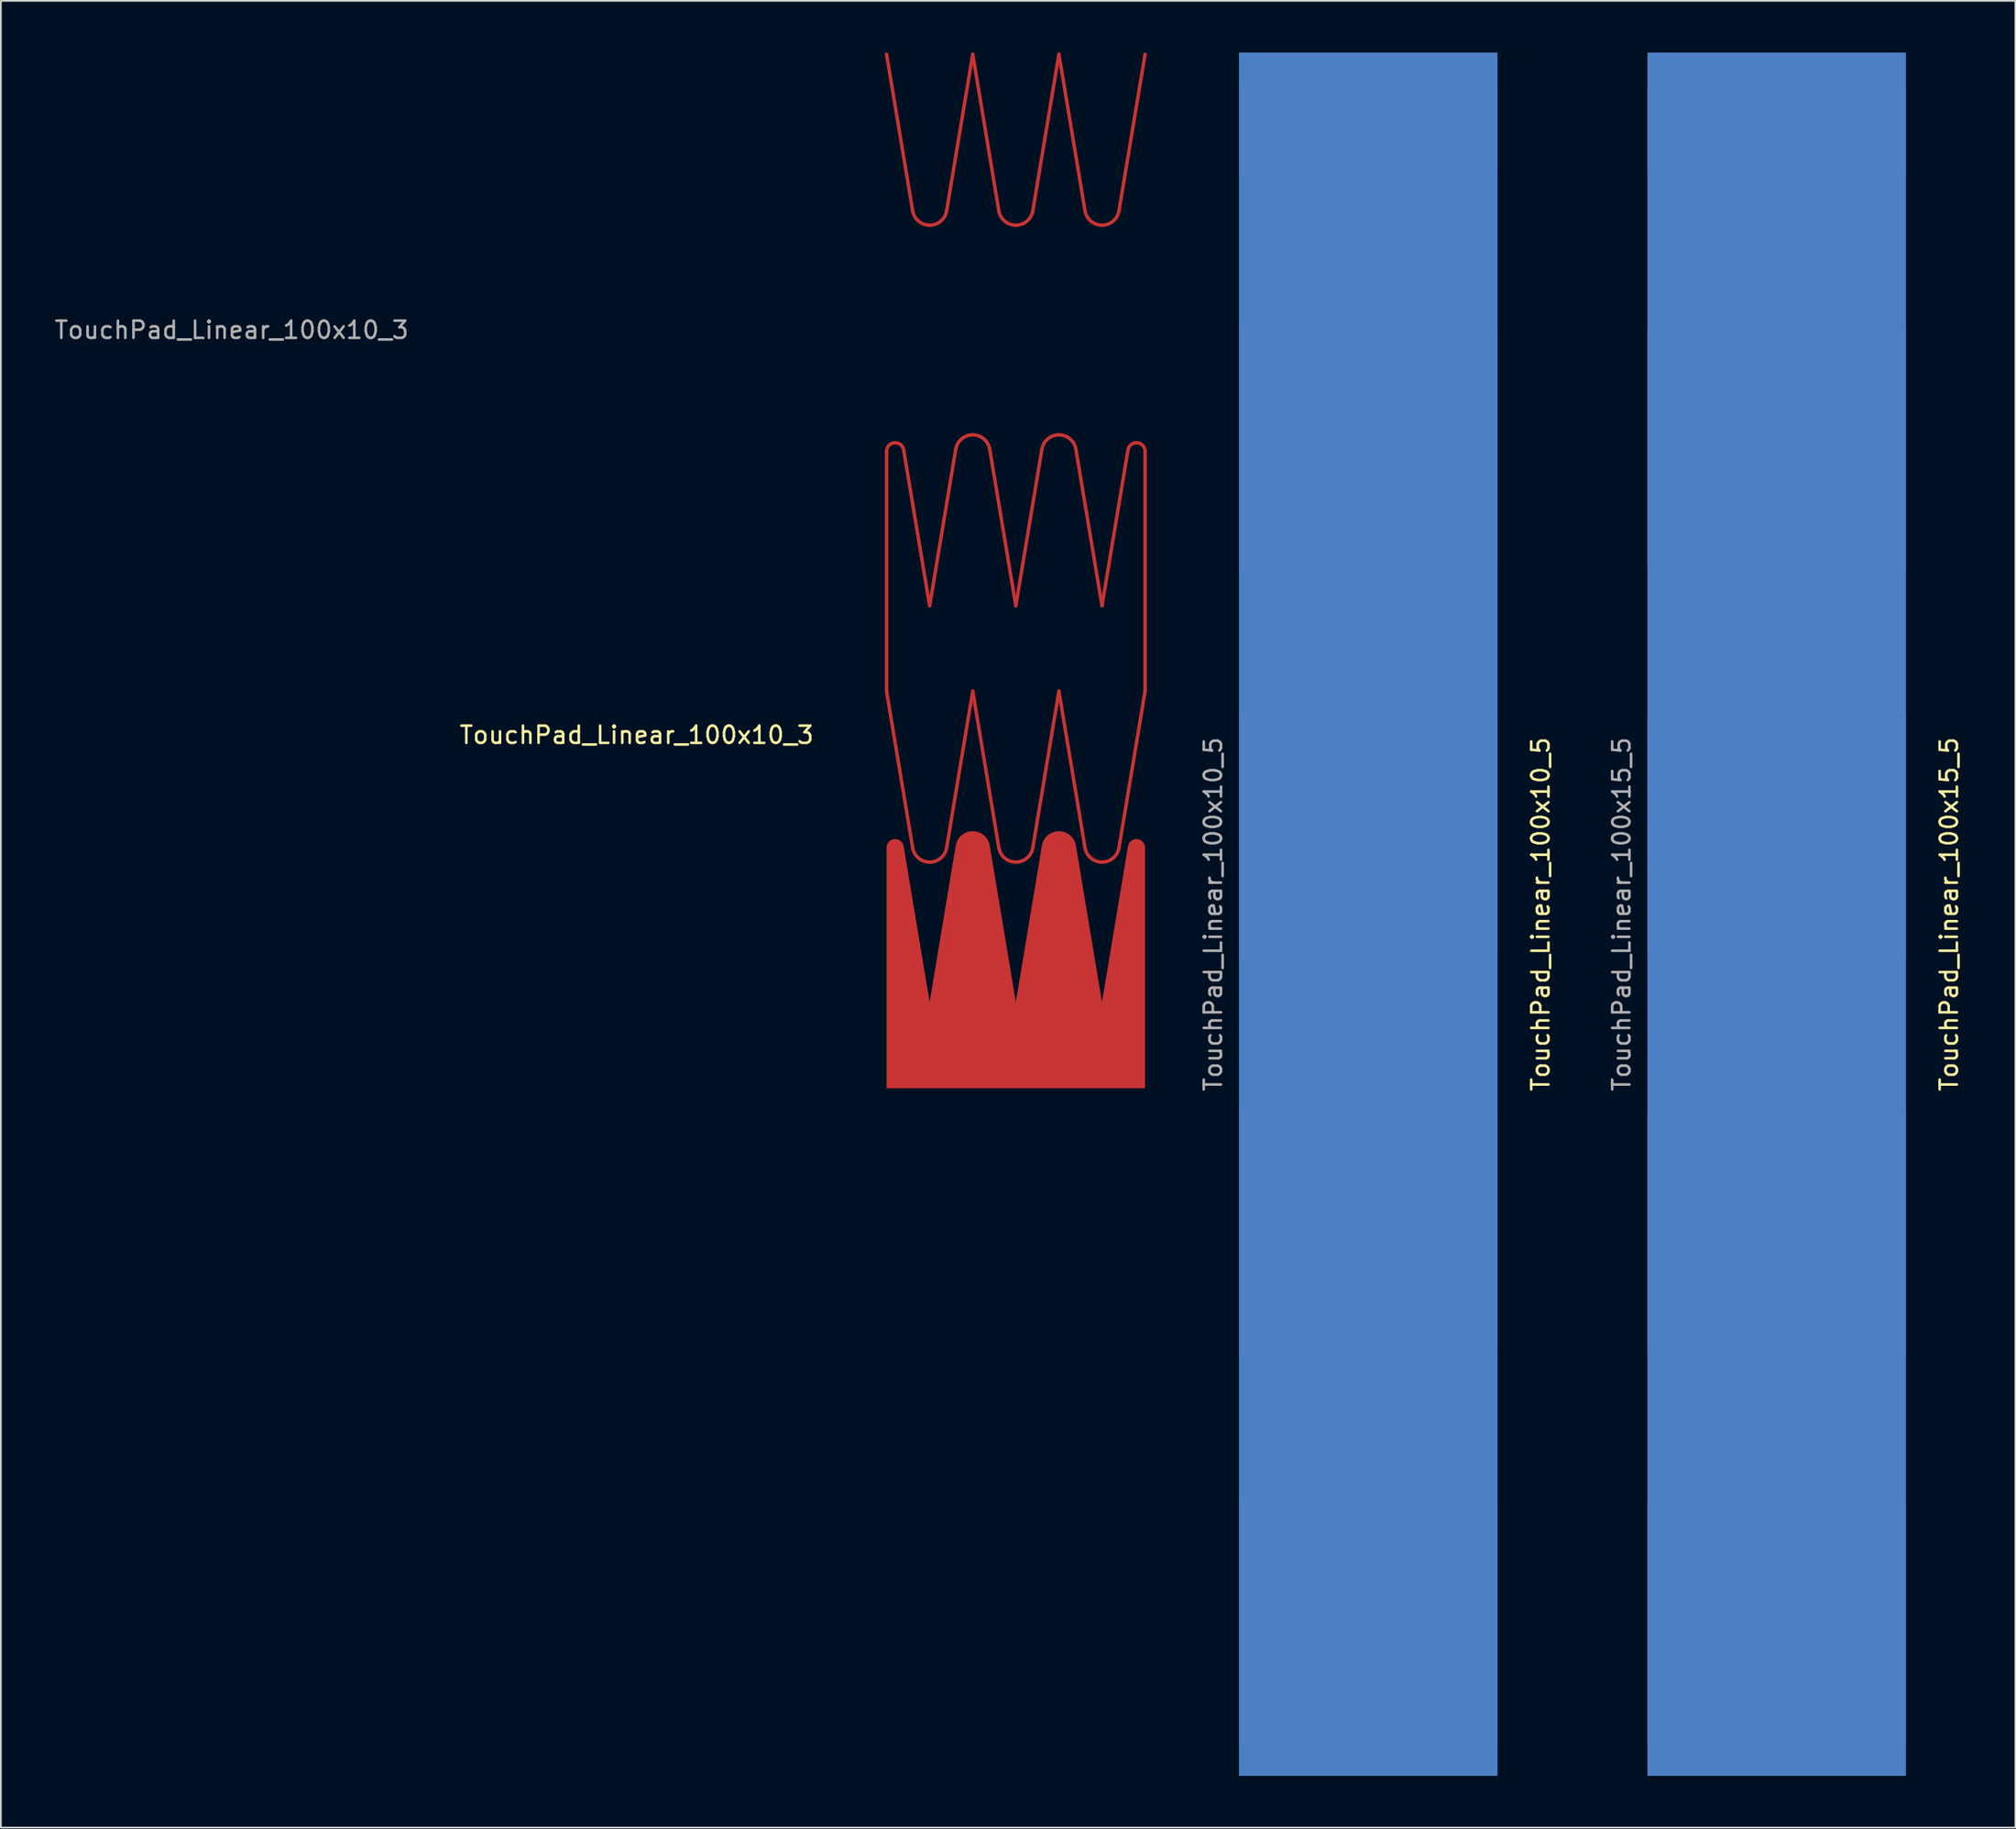
<source format=kicad_pcb>
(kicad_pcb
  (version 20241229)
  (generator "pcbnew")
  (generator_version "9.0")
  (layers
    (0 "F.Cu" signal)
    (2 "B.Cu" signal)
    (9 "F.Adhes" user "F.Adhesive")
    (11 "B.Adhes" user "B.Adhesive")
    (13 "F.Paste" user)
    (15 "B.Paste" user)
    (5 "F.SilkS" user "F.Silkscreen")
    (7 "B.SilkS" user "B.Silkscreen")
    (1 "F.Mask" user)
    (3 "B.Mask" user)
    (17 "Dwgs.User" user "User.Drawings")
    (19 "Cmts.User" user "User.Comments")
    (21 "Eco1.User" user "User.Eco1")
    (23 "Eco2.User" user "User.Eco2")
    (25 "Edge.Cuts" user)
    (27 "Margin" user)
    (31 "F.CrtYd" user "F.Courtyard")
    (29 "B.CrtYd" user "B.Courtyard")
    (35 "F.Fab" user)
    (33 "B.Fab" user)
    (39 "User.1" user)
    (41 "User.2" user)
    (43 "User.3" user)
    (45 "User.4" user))
  (footprint "TouchPad_Linear_100x10_3"
    (layer "F.Cu")
    (at 48.387 15.1)
    (property "Reference" "TouchPad_Linear_100x10_3" (at -14.5 24.5 0) (unlocked yes) (layer "F.SilkS") (effects (font (size 1 1) (thickness 0.15))))
    (fp_line (start 0 -15) (end 1.514 -5.918) (stroke (width 0.2) (type default)) (layer "F.Cu"))
    (fp_line (start 0 8.041) (end 0 21.959) (stroke (width 0.2) (type default)) (layer "F.Cu"))
    (fp_line (start 0 21.959) (end 1.514 31.041) (stroke (width 0.2) (type default)) (layer "F.Cu"))
    (fp_line (start 0.993 7.959) (end 2.5 17) (stroke (width 0.2) (type default)) (layer "F.Cu"))
    (fp_line (start 2.5 17) (end 4.014 7.918) (stroke (width 0.2) (type default)) (layer "F.Cu"))
    (fp_line (start 3.486 -5.918) (end 5 -15) (stroke (width 0.2) (type default)) (layer "F.Cu"))
    (fp_line (start 3.486 31.041) (end 5 21.959) (stroke (width 0.2) (type default)) (layer "F.Cu"))
    (fp_line (start 5 -15) (end 6.514 -5.918) (stroke (width 0.2) (type default)) (layer "F.Cu"))
    (fp_line (start 5 21.959) (end 6.514 31.041) (stroke (width 0.2) (type default)) (layer "F.Cu"))
    (fp_line (start 5.986 7.918) (end 7.5 17) (stroke (width 0.2) (type default)) (layer "F.Cu"))
    (fp_line (start 7.5 17) (end 9.014 7.918) (stroke (width 0.2) (type default)) (layer "F.Cu"))
    (fp_line (start 8.486 -5.918) (end 10 -15) (stroke (width 0.2) (type default)) (layer "F.Cu"))
    (fp_line (start 8.486 31.041) (end 10 21.959) (stroke (width 0.2) (type default)) (layer "F.Cu"))
    (fp_line (start 10 -15) (end 11.514 -5.918) (stroke (width 0.2) (type default)) (layer "F.Cu"))
    (fp_line (start 10 21.959) (end 11.514 31.041) (stroke (width 0.2) (type default)) (layer "F.Cu"))
    (fp_line (start 10.986 7.918) (end 12.5 17) (stroke (width 0.2) (type default)) (layer "F.Cu"))
    (fp_line (start 12.5 17) (end 14.007 7.959) (stroke (width 0.2) (type default)) (layer "F.Cu"))
    (fp_line (start 13.486 -5.918) (end 15 -15) (stroke (width 0.2) (type default)) (layer "F.Cu"))
    (fp_line (start 13.486 31.041) (end 15 21.959) (stroke (width 0.2) (type default)) (layer "F.Cu"))
    (fp_line (start 15 8.041) (end 15 21.959) (stroke (width 0.2) (type default)) (layer "F.Cu"))
    (fp_arc (start 0 8.041381) (mid 0.45876 7.543085) (end 0.993197 7.959182) (stroke (width 0.2) (type default)) (layer "F.Cu"))
    (fp_arc (start 3.486394 -5.918364) (mid 2.5 -5.082763) (end 1.513606 -5.918364) (stroke (width 0.2) (type default)) (layer "F.Cu"))
    (fp_arc (start 3.486394 31.040818) (mid 2.5 31.876419) (end 1.513606 31.040818) (stroke (width 0.2) (type default)) (layer "F.Cu"))
    (fp_arc (start 4.013606 7.918364) (mid 5 7.082763) (end 5.986394 7.918364) (stroke (width 0.2) (type default)) (layer "F.Cu"))
    (fp_arc (start 8.486394 -5.918364) (mid 7.5 -5.082763) (end 6.513606 -5.918364) (stroke (width 0.2) (type default)) (layer "F.Cu"))
    (fp_arc (start 8.486394 31.040818) (mid 7.5 31.876419) (end 6.513606 31.040818) (stroke (width 0.2) (type default)) (layer "F.Cu"))
    (fp_arc (start 9.013606 7.918364) (mid 10 7.082763) (end 10.986394 7.918364) (stroke (width 0.2) (type default)) (layer "F.Cu"))
    (fp_arc (start 13.486394 -5.918364) (mid 12.5 -5.082763) (end 11.513606 -5.918364) (stroke (width 0.2) (type default)) (layer "F.Cu"))
    (fp_arc (start 13.486394 31.040818) (mid 12.5 31.876419) (end 11.513606 31.040818) (stroke (width 0.2) (type default)) (layer "F.Cu"))
    (fp_arc (start 14.006803 7.959182) (mid 14.54124 7.543085) (end 15 8.041381) (stroke (width 0.2) (type default)) (layer "F.Cu"))
    (fp_poly (pts (xy 15 45) (xy 0 45) (arc (start 0 31.041381) (mid 0.45876 30.543085) (end 0.993197 30.959182)) (xy 2.5 40) (arc (start 4.013606 30.918364) (mid 5 30.082763) (end 5.986394 30.918364)) (xy 7.5 40) (arc (start 9.013606 30.918364) (mid 10 30.082763) (end 10.986394 30.918364)) (xy 12.5 40) (arc (start 14.006803 30.959182) (mid 14.54124 30.543085) (end 15 31.041381))) (stroke (width 0) (type solid)) (fill yes) (layer "F.Cu"))
    (fp_text user "${REFERENCE}" (at -38 1 0) (unlocked yes) (layer "F.Fab") (effects (font (size 1 1) (thickness 0.15)))))
  (footprint "TouchPad_Linear_100x10_5"
    (layer "F.Cu")
    (at 76.335 50)
    (property "Reference" "TouchPad_Linear_100x10_5" (at 10 0 90) (unlocked yes) (layer "F.SilkS") (effects (font (size 1 1) (thickness 0.15))))
    (fp_text user "${REFERENCE}" (at -9 0 90) (unlocked yes) (layer "F.Fab") (effects (font (size 1 1) (thickness 0.15))))
    (pad "1" smd rect (at 0 0) (size 15 100) (layers "B.Cu"))
    (pad "2" smd custom (at 0 46.5) (size 1.524 1.524) (layers "F.Cu") (options (anchor circle)) (primitives (gr_poly (pts (xy 7.5 1.703) (xy -7.5 1.703) (arc (start -7.5 -12.255916) (mid -7.04124 -12.754212) (end -6.506803 -12.338115)) (xy -5 -3.297) (arc (start -3.486394 -12.378933) (mid -2.5 -13.214534) (end -1.513606 -12.378933)) (xy 0 -3.297) (arc (start 1.513606 -12.378933) (mid 2.5 -13.214534) (end 3.486394 -12.378933)) (xy 5 -3.297) (arc (start 6.506803 -12.338115) (mid 7.04124 -12.754212) (end 7.5 -12.255916))) (width 0) (fill yes))))
    (pad "3" smd custom (at 0 22) (size 1.524 1.524) (layers "F.Cu") (options (anchor circle)) (primitives (gr_poly (pts (arc (start -5.986394 12.581636) (mid -5 13.417237) (end -4.013606 12.581636)) (xy -2.5 3.5) (arc (start -0.986394 12.581636) (mid 0 13.417237) (end 0.986394 12.581636)) (xy 2.5 3.5) (arc (start 4.013606 12.581636) (mid 5 13.417237) (end 5.986394 12.581636)) (xy 7.5 3.5) (arc (start 7.5 -10.417801) (mid 7.04124 -10.916097) (end 6.506803 -10.5)) (xy 5 -1.459) (arc (start 3.486394 -10.540818) (mid 2.5 -11.376419) (end 1.513606 -10.540818)) (xy 0 -1.459) (arc (start -1.513606 -10.540818) (mid -2.5 -11.376419) (end -3.486394 -10.540818)) (xy -5 -1.459) (arc (start -6.506803 -10.5) (mid -7.04124 -10.916097) (end -7.5 -10.417801)) (xy -7.5 3.5)) (width 0) (fill yes))))
    (pad "4" smd custom (at -0.5 0) (size 1.524 1.524) (layers "F.Cu") (options (anchor circle)) (primitives (gr_poly (pts (arc (start -5.486394 11.540818) (mid -4.5 12.376419) (end -3.513606 11.540818)) (xy -2 2.459) (arc (start -0.486394 11.540818) (mid 0.5 12.376419) (end 1.486394 11.540818)) (xy 3 2.459) (arc (start 4.513606 11.540818) (mid 5.5 12.376419) (end 6.486394 11.540818)) (xy 8 2.459) (arc (start 8 -11.458619) (mid 7.54124 -11.956915) (end 7.006803 -11.540818)) (xy 5.5 -2.5) (arc (start 3.986394 -11.581636) (mid 3 -12.417237) (end 2.013606 -11.581636)) (xy 0.5 -2.5) (arc (start -1.013606 -11.581636) (mid -2 -12.417237) (end -2.986394 -11.581636)) (xy -4.5 -2.5) (arc (start -6.006803 -11.540818) (mid -6.54124 -11.956915) (end -7 -11.458619)) (xy -7 2.459)) (width 0) (fill yes))))
    (pad "5" smd custom (at 0 -22.5) (size 1.524 1.524) (layers "F.Cu") (options (anchor circle)) (primitives (gr_poly (pts (arc (start -5.986394 11.540818) (mid -5 12.376419) (end -4.013606 11.540818)) (xy -2.5 2.459) (arc (start -0.986394 11.540818) (mid 0 12.376419) (end 0.986394 11.540818)) (xy 2.5 2.459) (arc (start 4.013606 11.540818) (mid 5 12.376419) (end 5.986394 11.540818)) (xy 7.5 2.459) (arc (start 7.5 -11.458619) (mid 7.04124 -11.956915) (end 6.506803 -11.540818)) (xy 5 -2.5) (arc (start 3.486394 -11.581636) (mid 2.5 -12.417237) (end 1.513606 -11.581636)) (xy 0 -2.5) (arc (start -1.513606 -11.581636) (mid -2.5 -12.417237) (end -3.486394 -11.581636)) (xy -5 -2.5) (arc (start -6.506803 -11.540818) (mid -7.04124 -11.956915) (end -7.5 -11.458619)) (xy -7.5 2.459)) (width 0) (fill yes))))
    (pad "6" smd custom (at 0 -47) (size 1.524 1.524) (layers "F.Cu") (options (anchor circle)) (primitives (gr_poly (pts (arc (start -5.986394 13.081636) (mid -5 13.917237) (end -4.013606 13.081636)) (xy -2.5 4) (arc (start -0.986394 13.081636) (mid 0 13.917237) (end 0.986394 13.081636)) (xy 2.5 4) (arc (start 4.013606 13.081636) (mid 5 13.917237) (end 5.986394 13.081636)) (xy 7.5 4) (xy 7.5 -1) (xy -7.5 -1) (xy -7.5 4)) (width 0) (fill yes)))))
  (footprint "TouchPad_Linear_100x15_5"
    (layer "F.Cu")
    (at 100.032 50)
    (property "Reference" "TouchPad_Linear_100x15_5" (at 10 0 90) (unlocked yes) (layer "F.SilkS") (effects (font (size 1 1) (thickness 0.15))))
    (fp_text user "${REFERENCE}" (at -9 0 90) (unlocked yes) (layer "F.Fab") (effects (font (size 1 1) (thickness 0.15))))
    (pad "1" smd rect (at 0 0) (size 15 100) (layers "B.Cu" "B.Paste"))
    (pad "2" smd custom (at 0 46.5) (size 1.524 1.524) (layers "F.Cu" "F.Paste") (options (anchor circle)) (primitives (gr_poly (pts (xy 7.5 1.703) (xy -7.5 1.703) (arc (start -7.5 -12.255916) (mid -7.04124 -12.754212) (end -6.506803 -12.338115)) (xy -5 -3.297) (arc (start -3.486394 -12.378933) (mid -2.5 -13.214534) (end -1.513606 -12.378933)) (xy 0 -3.297) (arc (start 1.513606 -12.378933) (mid 2.5 -13.214534) (end 3.486394 -12.378933)) (xy 5 -3.297) (arc (start 6.506803 -12.338115) (mid 7.04124 -12.754212) (end 7.5 -12.255916))) (width 0) (fill yes))))
    (pad "3" smd custom (at 0 22) (size 1.524 1.524) (layers "F.Cu" "F.Paste") (options (anchor circle)) (primitives (gr_poly (pts (arc (start -5.986394 12.581636) (mid -5 13.417237) (end -4.013606 12.581636)) (xy -2.5 3.5) (arc (start -0.986394 12.581636) (mid 0 13.417237) (end 0.986394 12.581636)) (xy 2.5 3.5) (arc (start 4.013606 12.581636) (mid 5 13.417237) (end 5.986394 12.581636)) (xy 7.5 3.5) (arc (start 7.5 -10.417801) (mid 7.04124 -10.916097) (end 6.506803 -10.5)) (xy 5 -1.459) (arc (start 3.486394 -10.540818) (mid 2.5 -11.376419) (end 1.513606 -10.540818)) (xy 0 -1.459) (arc (start -1.513606 -10.540818) (mid -2.5 -11.376419) (end -3.486394 -10.540818)) (xy -5 -1.459) (arc (start -6.506803 -10.5) (mid -7.04124 -10.916097) (end -7.5 -10.417801)) (xy -7.5 3.5)) (width 0) (fill yes))))
    (pad "4" smd custom (at -0.5 0) (size 1.524 1.524) (layers "F.Cu" "F.Paste") (options (anchor circle)) (primitives (gr_poly (pts (arc (start -5.486394 11.540818) (mid -4.5 12.376419) (end -3.513606 11.540818)) (xy -2 2.459) (arc (start -0.486394 11.540818) (mid 0.5 12.376419) (end 1.486394 11.540818)) (xy 3 2.459) (arc (start 4.513606 11.540818) (mid 5.5 12.376419) (end 6.486394 11.540818)) (xy 8 2.459) (arc (start 8 -11.458619) (mid 7.54124 -11.956915) (end 7.006803 -11.540818)) (xy 5.5 -2.5) (arc (start 3.986394 -11.581636) (mid 3 -12.417237) (end 2.013606 -11.581636)) (xy 0.5 -2.5) (arc (start -1.013606 -11.581636) (mid -2 -12.417237) (end -2.986394 -11.581636)) (xy -4.5 -2.5) (arc (start -6.006803 -11.540818) (mid -6.54124 -11.956915) (end -7 -11.458619)) (xy -7 2.459)) (width 0) (fill yes))))
    (pad "5" smd custom (at 0 -22.5) (size 1.524 1.524) (layers "F.Cu" "F.Paste") (options (anchor circle)) (primitives (gr_poly (pts (arc (start -5.986394 11.540818) (mid -5 12.376419) (end -4.013606 11.540818)) (xy -2.5 2.459) (arc (start -0.986394 11.540818) (mid 0 12.376419) (end 0.986394 11.540818)) (xy 2.5 2.459) (arc (start 4.013606 11.540818) (mid 5 12.376419) (end 5.986394 11.540818)) (xy 7.5 2.459) (arc (start 7.5 -11.458619) (mid 7.04124 -11.956915) (end 6.506803 -11.540818)) (xy 5 -2.5) (arc (start 3.486394 -11.581636) (mid 2.5 -12.417237) (end 1.513606 -11.581636)) (xy 0 -2.5) (arc (start -1.513606 -11.581636) (mid -2.5 -12.417237) (end -3.486394 -11.581636)) (xy -5 -2.5) (arc (start -6.506803 -11.540818) (mid -7.04124 -11.956915) (end -7.5 -11.458619)) (xy -7.5 2.459)) (width 0) (fill yes))))
    (pad "6" smd custom (at 0 -47) (size 1.524 1.524) (layers "F.Cu" "F.Paste") (options (anchor circle)) (primitives (gr_poly (pts (arc (start -5.986394 13.081636) (mid -5 13.917237) (end -4.013606 13.081636)) (xy -2.5 4) (arc (start -0.986394 13.081636) (mid 0 13.917237) (end 0.986394 13.081636)) (xy 2.5 4) (arc (start 4.013606 13.081636) (mid 5 13.917237) (end 5.986394 13.081636)) (xy 7.5 4) (xy 7.5 -1) (xy -7.5 -1) (xy -7.5 4)) (width 0) (fill yes)))))
  (gr_rect
    (start -3 -3)
    (end 113.88 103)
    (stroke (width 0.1) (type default))
    (fill no)
    (layer "Edge.Cuts")))
</source>
